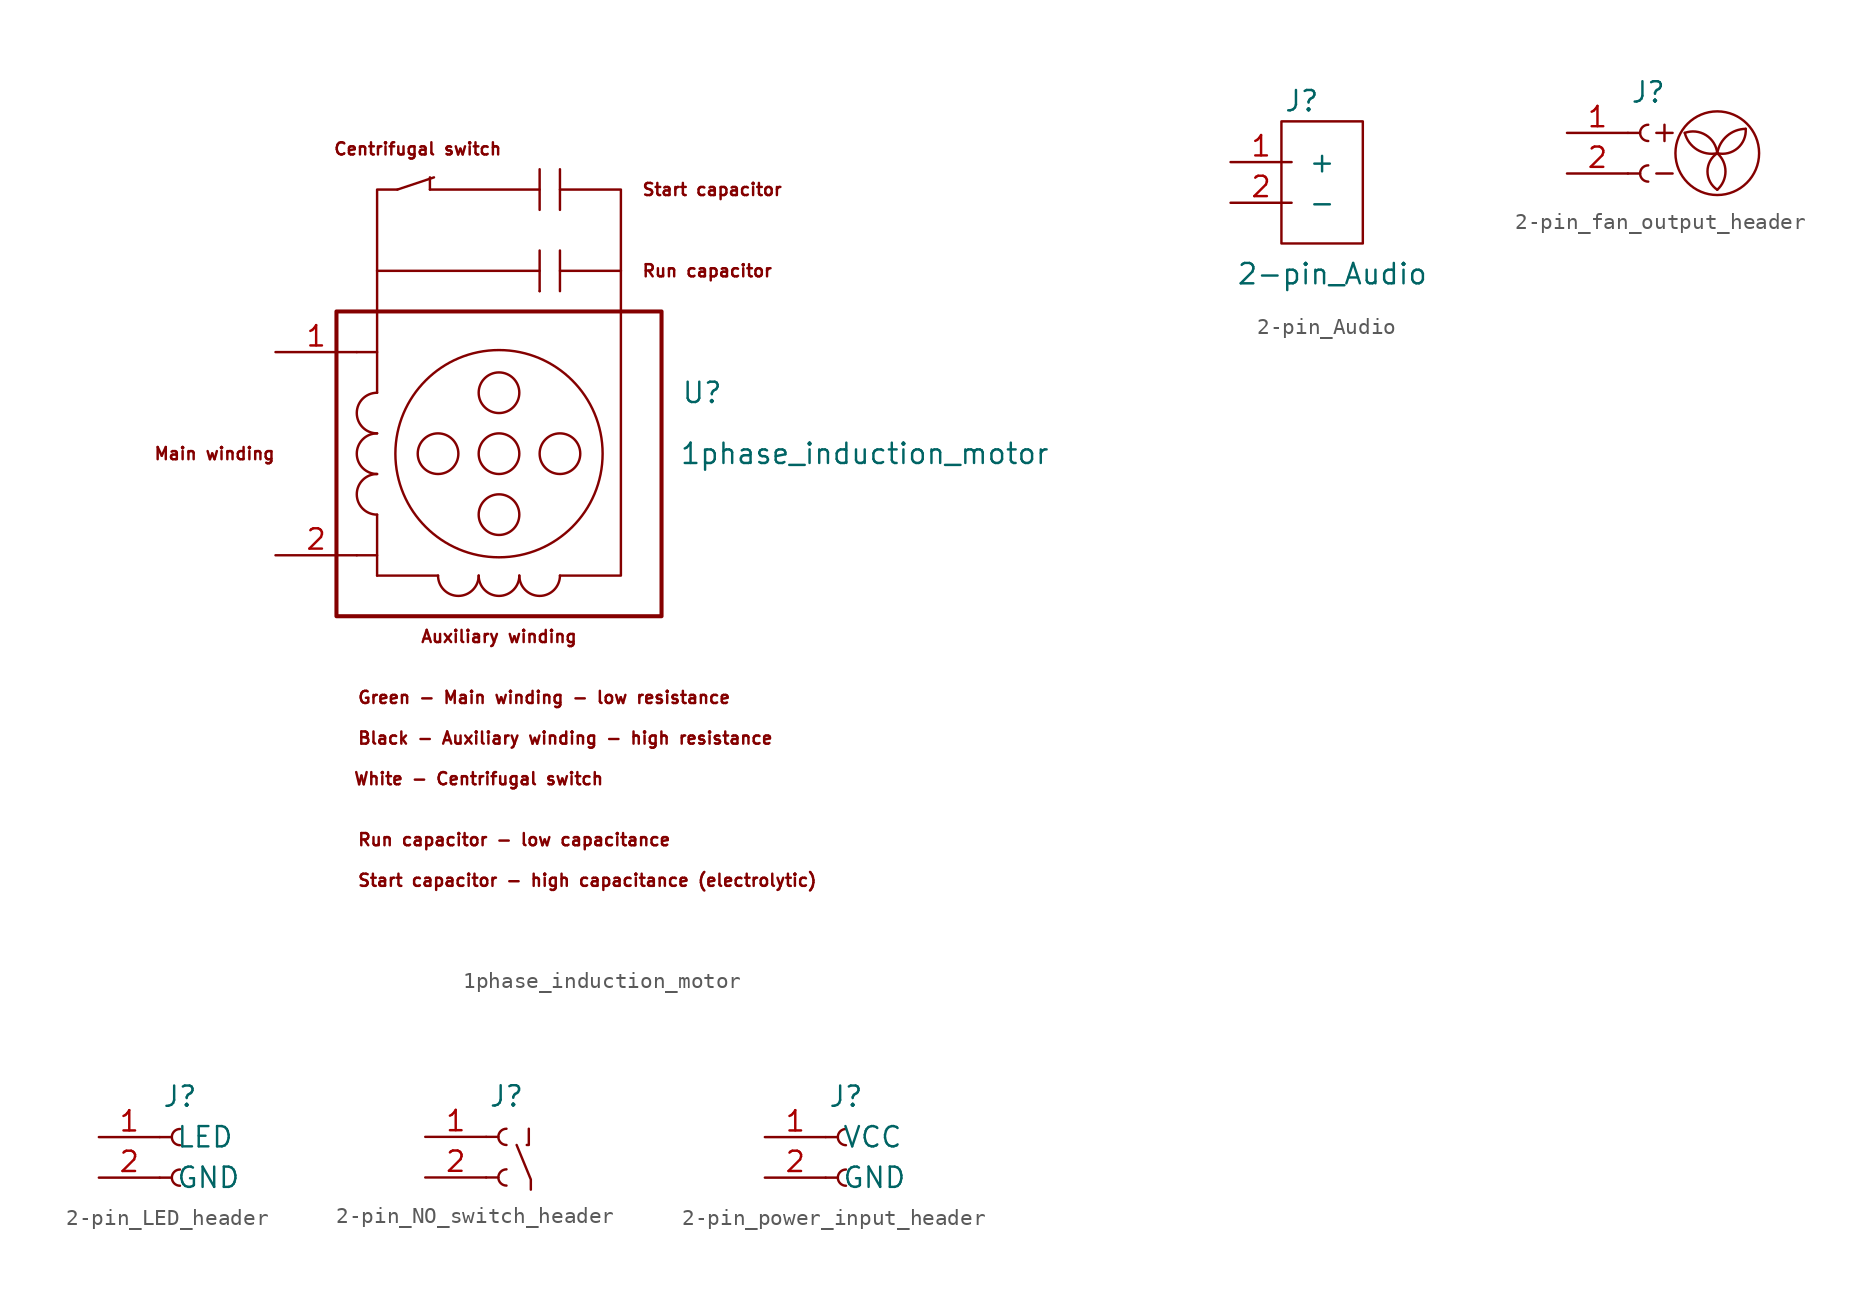
<source format=kicad_sym>
(kicad_symbol_lib
  (version 20231120)
  (generator "kicad_symbol_editor")
  (generator_version "8.0")
  (symbol "1phase_induction_motor"
    (pin_names
      (offset 1.016) hide)
    (property "Reference" "U"
      (at 22.86 -5.08 0)
      (effects (font (size 1.27 1.27))))
    (property "Value" "1phase_induction_motor"
      (at 33.02 -8.89 0)
      (effects (font (size 1.27 1.27))))
    (symbol "1phase_induction_motor_0_0"
      (polyline (pts (xy 2.54 -2.54) (xy 2.54 2.54)) (stroke (width 0) (type default)) (fill (type none)))
      (polyline (pts (xy 2.54 2.54) (xy 12.7 2.54)) (stroke (width 0) (type default)) (fill (type none)))
      (polyline (pts (xy 3.81 7.62) (xy 6.096 8.382)) (stroke (width 0) (type default)) (fill (type none)))
      (polyline (pts (xy 5.842 7.62) (xy 5.842 8.382)) (stroke (width 0) (type default)) (fill (type none)))
      (polyline (pts (xy 5.842 7.62) (xy 12.7 7.62)) (stroke (width 0) (type default)) (fill (type none)))
      (polyline (pts (xy 12.7 1.27) (xy 12.7 1.27)) (stroke (width 0) (type default)) (fill (type none)))
      (polyline (pts (xy 12.7 3.81) (xy 12.7 1.27)) (stroke (width 0) (type default)) (fill (type none)))
      (polyline (pts (xy 12.7 8.89) (xy 12.7 6.35)) (stroke (width 0) (type default)) (fill (type none)))
      (polyline (pts (xy 13.97 2.54) (xy 17.78 2.54)) (stroke (width 0) (type default)) (fill (type none)))
      (polyline (pts (xy 13.97 3.81) (xy 13.97 1.27)) (stroke (width 0) (type default)) (fill (type none)))
      (polyline (pts (xy 13.97 8.89) (xy 13.97 6.35)) (stroke (width 0) (type default)) (fill (type none)))
      (polyline (pts (xy 13.97 -16.51) (xy 17.78 -16.51) (xy 17.78 2.54)) (stroke (width 0) (type default)) (fill (type none)))
      (polyline (pts (xy 17.78 2.54) (xy 17.78 7.62) (xy 13.97 7.62)) (stroke (width 0) (type default)) (fill (type none)))
      (text "Auxiliary winding" (at 10.16 -20.32 0) (effects (font (size 0.762 0.762))))
      (text "Black - Auxiliary winding - high resistance" (at 1.27 -26.67 0) (effects (font (size 0.762 0.762)) (justify left)))
      (text "Centrifugal switch" (at 5.08 10.16 0) (effects (font (size 0.762 0.762))))
      (text "Green - Main winding - low resistance" (at 1.27 -24.13 0) (effects (font (size 0.762 0.762)) (justify left)))
      (text "Main winding" (at -7.62 -8.89 0) (effects (font (size 0.762 0.762))))
      (text "Run capacitor" (at 19.05 2.54 0) (effects (font (size 0.762 0.762)) (justify left)))
      (text "Run capacitor - low capacitance" (at 1.27 -33.02 0) (effects (font (size 0.762 0.762)) (justify left)))
      (text "Start capacitor" (at 19.05 7.62 0) (effects (font (size 0.762 0.762)) (justify left)))
      (text "Start capacitor - high capacitance (electrolytic)" (at 1.27 -35.56 0) (effects (font (size 0.762 0.762)) (justify left)))
      (text "White - Centrifugal switch" (at 8.89 -29.21 0) (effects (font (size 0.762 0.762)))))
    (symbol "1phase_induction_motor_0_1"
      (polyline (pts (xy 2.54 -15.24) (xy 2.54 -16.51)) (stroke (width 0) (type default)) (fill (type none)))
      (polyline (pts (xy 6.35 -16.51) (xy 2.54 -16.51)) (stroke (width 0) (type default)) (fill (type none)))
      (polyline (pts (xy 1.27 -15.24) (xy 2.54 -15.24) (xy 2.54 -12.7)) (stroke (width 0) (type default)) (fill (type none)))
      (polyline (pts (xy 1.27 -2.54) (xy 2.54 -2.54) (xy 2.54 -5.08)) (stroke (width 0) (type default)) (fill (type none)))
      (polyline (pts (xy 2.54 2.54) (xy 2.54 7.62) (xy 3.81 7.62)) (stroke (width 0) (type default)) (fill (type none)))
      (rectangle (start 0 0) (end 20.32 -19.05) (stroke (width 0.254) (type default)) (fill (type none)))
      (arc (start 2.54 -10.16) (mid 1.2755 -11.43) (end 2.54 -12.7) (stroke (width 0) (type default)) (fill (type none)))
      (arc (start 2.54 -7.62) (mid 1.2755 -8.89) (end 2.54 -10.16) (stroke (width 0) (type default)) (fill (type none)))
      (arc (start 2.54 -5.08) (mid 1.2755 -6.35) (end 2.54 -7.62) (stroke (width 0) (type default)) (fill (type none)))
      (arc (start 6.35 -16.51) (mid 7.62 -17.7744) (end 8.89 -16.51) (stroke (width 0) (type default)) (fill (type none)))
      (circle (center 6.35 -8.89) (radius 1.27) (stroke (width 0) (type default)) (fill (type none)))
      (arc (start 8.89 -16.51) (mid 10.16 -17.7744) (end 11.43 -16.51) (stroke (width 0) (type default)) (fill (type none)))
      (circle (center 10.16 -12.7) (radius 1.27) (stroke (width 0) (type default)) (fill (type none)))
      (circle (center 10.16 -8.89) (radius 1.27) (stroke (width 0) (type default)) (fill (type none)))
      (circle (center 10.16 -8.89) (radius 6.477) (stroke (width 0) (type default)) (fill (type none)))
      (circle (center 10.16 -5.08) (radius 1.27) (stroke (width 0) (type default)) (fill (type none)))
      (arc (start 11.43 -16.51) (mid 12.7 -17.7744) (end 13.97 -16.51) (stroke (width 0) (type default)) (fill (type none)))
      (circle (center 13.97 -8.89) (radius 1.27) (stroke (width 0) (type default)) (fill (type none))))
    (symbol "1phase_induction_motor_1_1"
      (pin input line (at -3.81 -2.54 0) (length 5.08) (name "Main1" (effects (font (size 1.27 1.27)))) (number "1" (effects (font (size 1.27 1.27)))))
      (pin input line (at -3.81 -15.24 0) (length 5.08) (name "Main2" (effects (font (size 1.27 1.27)))) (number "2" (effects (font (size 1.27 1.27)))))))
  (symbol "2-pin_Audio"
    (pin_names
      (offset 1.016))
    (property "Reference" "J"
      (at -0.635 6.35 0)
      (effects (font (size 1.27 1.27))))
    (property "Value" "2-pin_Audio"
      (at 1.27 -4.445 0)
      (effects (font (size 1.27 1.27))))
    (symbol "2-pin_Audio_0_1"
      (polyline (pts (xy -1.905 5.08) (xy 3.175 5.08) (xy 3.175 -2.54) (xy -1.905 -2.54) (xy -1.905 5.08)) (stroke (width 0.152) (type default)) (fill (type none))))
    (symbol "2-pin_Audio_1_1"
      (pin bidirectional line (at -5.08 2.54 0) (length 3.81) (name "+" (effects (font (size 1.27 1.27)))) (number "1" (effects (font (size 1.27 1.27)))))
      (pin bidirectional line (at -5.08 0 0) (length 3.81) (name "-" (effects (font (size 1.27 1.27)))) (number "2" (effects (font (size 1.27 1.27)))))))
  (symbol "2-pin_fan_output_header"
    (pin_names
      (offset 1.016) hide)
    (property "Reference" "J"
      (at 0 2.54 0)
      (effects (font (size 1.27 1.27))))
    (symbol "2-pin_fan_output_header_0_1"
      (polyline (pts (xy 0.508 -2.54) (xy 1.524 -2.54)) (stroke (width 0) (type default)) (fill (type none)))
      (polyline (pts (xy 0.508 0) (xy 1.524 0)) (stroke (width 0) (type default)) (fill (type none)))
      (polyline (pts (xy 1.016 -0.508) (xy 1.016 0.508)) (stroke (width 0) (type default)) (fill (type none)))
      (arc (start 2.286 0) (mid 3.0473 -1.0425) (end 4.318 -1.27) (stroke (width 0) (type default)) (fill (type none)))
      (arc (start 4.318 -3.556) (mid 4.8313 -2.413) (end 4.318 -1.27) (stroke (width 0) (type default)) (fill (type none)))
      (arc (start 4.318 -1.27) (mid 3.6109 -0.1407) (end 2.286 0) (stroke (width 0) (type default)) (fill (type none)))
      (arc (start 4.318 -1.27) (mid 3.7063 -2.413) (end 4.318 -3.556) (stroke (width 0) (type default)) (fill (type none)))
      (arc (start 4.318 -1.27) (mid 5.5908 -0.9557) (end 6.096 0.254) (stroke (width 0) (type default)) (fill (type none)))
      (circle (center 4.318 -1.27) (radius 2.616) (stroke (width 0) (type default)) (fill (type none)))
      (arc (start 6.096 0.254) (mid 4.9311 -0.1861) (end 4.318 -1.27) (stroke (width 0) (type default)) (fill (type none))))
    (symbol "2-pin_fan_output_header_1_1"
      (arc (start 0 -2.032) (mid -0.5058 -2.54) (end 0 -3.048) (stroke (width 0.1524) (type default)) (fill (type none)))
      (polyline (pts (xy -1.27 -2.54) (xy -0.508 -2.54)) (stroke (width 0.152) (type default)) (fill (type none)))
      (polyline (pts (xy -1.27 0) (xy -0.508 0)) (stroke (width 0.152) (type default)) (fill (type none)))
      (arc (start 0 0.508) (mid -0.5058 0) (end 0 -0.508) (stroke (width 0.1524) (type default)) (fill (type none)))
      (pin output line (at -5.08 0 0) (length 3.81) (name "VCC" (effects (font (size 1.27 1.27)))) (number "1" (effects (font (size 1.27 1.27)))))
      (pin output line (at -5.08 -2.54 0) (length 3.81) (name "GND" (effects (font (size 1.27 1.27)))) (number "2" (effects (font (size 1.27 1.27)))))))
  (symbol "2-pin_LED_header"
    (pin_names
      (offset 1.016))
    (property "Reference" "J"
      (at 0 5.08 0)
      (effects (font (size 1.27 1.27))))
    (symbol "2-pin_LED_header_1_1"
      (polyline (pts (xy -1.27 0) (xy -0.508 0)) (stroke (width 0.152) (type default)) (fill (type none)))
      (polyline (pts (xy -1.27 2.54) (xy -0.508 2.54)) (stroke (width 0.152) (type default)) (fill (type none)))
      (arc (start 0 0.508) (mid -0.5058 0) (end 0 -0.508) (stroke (width 0.1524) (type default)) (fill (type none)))
      (arc (start 0 3.048) (mid -0.5058 2.54) (end 0 2.032) (stroke (width 0.1524) (type default)) (fill (type none)))
      (pin passive line (at -5.08 2.54 0) (length 3.81) (name "LED" (effects (font (size 1.27 1.27)))) (number "1" (effects (font (size 1.27 1.27)))))
      (pin passive line (at -5.08 0 0) (length 3.81) (name "GND" (effects (font (size 1.27 1.27)))) (number "2" (effects (font (size 1.27 1.27)))))))
  (symbol "2-pin_NO_switch_header"
    (pin_names
      (offset 1.016) hide)
    (property "Reference" "J"
      (at 0 2.54 0)
      (effects (font (size 1.27 1.27))))
    (symbol "2-pin_NO_switch_header_0_1"
      (polyline (pts (xy 1.524 -3.302) (xy 1.524 -2.667) (xy 0.635 -0.508)) (stroke (width 0) (type default)) (fill (type none)))
      (polyline (pts (xy 1.27 -0.508) (xy 1.397 -0.508) (xy 1.397 0.508) (xy 1.397 0.381)) (stroke (width 0) (type default)) (fill (type none))))
    (symbol "2-pin_NO_switch_header_1_1"
      (arc (start 0 -2.032) (mid -0.5058 -2.54) (end 0 -3.048) (stroke (width 0.1524) (type default)) (fill (type none)))
      (polyline (pts (xy -1.27 -2.54) (xy -0.508 -2.54)) (stroke (width 0.152) (type default)) (fill (type none)))
      (polyline (pts (xy -1.27 0) (xy -0.508 0)) (stroke (width 0.152) (type default)) (fill (type none)))
      (arc (start 0 0.508) (mid -0.5058 0) (end 0 -0.508) (stroke (width 0.1524) (type default)) (fill (type none)))
      (pin input line (at -5.08 0 0) (length 3.81) (name "+" (effects (font (size 1.27 1.27)))) (number "1" (effects (font (size 1.27 1.27)))))
      (pin output line (at -5.08 -2.54 0) (length 3.81) (name "Sig" (effects (font (size 1.27 1.27)))) (number "2" (effects (font (size 1.27 1.27)))))))
  (symbol "2-pin_power_input_header"
    (pin_names
      (offset 1.016))
    (property "Reference" "J"
      (at 0 2.54 0)
      (effects (font (size 1.27 1.27))))
    (symbol "2-pin_power_input_header_1_1"
      (arc (start 0 -2.032) (mid -0.5058 -2.54) (end 0 -3.048) (stroke (width 0.1524) (type default)) (fill (type none)))
      (polyline (pts (xy -1.27 -2.54) (xy -0.508 -2.54)) (stroke (width 0.152) (type default)) (fill (type none)))
      (polyline (pts (xy -1.27 0) (xy -0.508 0)) (stroke (width 0.152) (type default)) (fill (type none)))
      (arc (start 0 0.508) (mid -0.5058 0) (end 0 -0.508) (stroke (width 0.1524) (type default)) (fill (type none)))
      (pin power_out line (at -5.08 0 0) (length 3.81) (name "VCC" (effects (font (size 1.27 1.27)))) (number "1" (effects (font (size 1.27 1.27)))))
      (pin power_out line (at -5.08 -2.54 0) (length 3.81) (name "GND" (effects (font (size 1.27 1.27)))) (number "2" (effects (font (size 1.27 1.27))))))))
</source>
